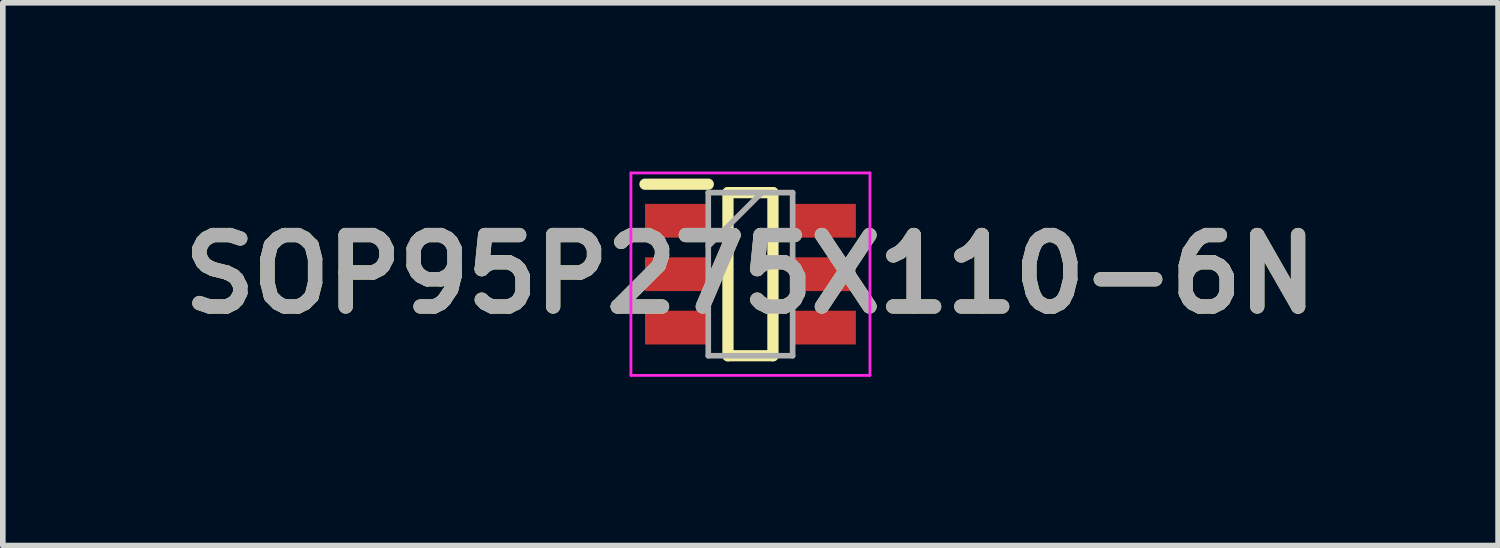
<source format=kicad_pcb>
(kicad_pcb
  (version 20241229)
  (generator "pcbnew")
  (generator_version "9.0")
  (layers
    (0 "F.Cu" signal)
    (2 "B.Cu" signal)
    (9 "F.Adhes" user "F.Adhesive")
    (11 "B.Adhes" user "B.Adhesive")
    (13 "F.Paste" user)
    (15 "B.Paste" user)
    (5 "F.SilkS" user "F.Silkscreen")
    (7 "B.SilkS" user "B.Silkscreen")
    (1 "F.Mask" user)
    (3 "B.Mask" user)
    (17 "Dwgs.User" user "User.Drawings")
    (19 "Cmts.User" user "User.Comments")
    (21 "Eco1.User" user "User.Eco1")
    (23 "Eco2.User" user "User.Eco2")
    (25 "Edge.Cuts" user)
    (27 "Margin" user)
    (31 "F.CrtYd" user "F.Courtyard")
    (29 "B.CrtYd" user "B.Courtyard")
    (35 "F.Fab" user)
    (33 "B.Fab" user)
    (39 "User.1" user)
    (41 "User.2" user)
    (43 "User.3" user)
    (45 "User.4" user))
  (footprint "SOP95P275X110-6N"
    (layer "F.Cu")
    (at 10.293 1.825)
    (property "Reference" "SOP95P275X110-6N" (at 0 0 0) (layer "F.SilkS") (effects (font (size 1.27 1.27) (thickness 0.254))))
    (attr smd)
    (fp_line (start -1.875 -1.6) (end -0.75 -1.6) (stroke (width 0.2) (type solid)) (layer "F.SilkS"))
    (fp_line (start -0.4 -1.45) (end 0.4 -1.45) (stroke (width 0.2) (type solid)) (layer "F.SilkS"))
    (fp_line (start -0.4 1.45) (end -0.4 -1.45) (stroke (width 0.2) (type solid)) (layer "F.SilkS"))
    (fp_line (start 0.4 -1.45) (end 0.4 1.45) (stroke (width 0.2) (type solid)) (layer "F.SilkS"))
    (fp_line (start 0.4 1.45) (end -0.4 1.45) (stroke (width 0.2) (type solid)) (layer "F.SilkS"))
    (fp_line (start -2.125 -1.8) (end 2.125 -1.8) (stroke (width 0.05) (type solid)) (layer "F.CrtYd"))
    (fp_line (start -2.125 1.8) (end -2.125 -1.8) (stroke (width 0.05) (type solid)) (layer "F.CrtYd"))
    (fp_line (start 2.125 -1.8) (end 2.125 1.8) (stroke (width 0.05) (type solid)) (layer "F.CrtYd"))
    (fp_line (start 2.125 1.8) (end -2.125 1.8) (stroke (width 0.05) (type solid)) (layer "F.CrtYd"))
    (fp_line (start -0.75 -1.45) (end 0.75 -1.45) (stroke (width 0.1) (type solid)) (layer "F.Fab"))
    (fp_line (start -0.75 -0.5) (end 0.2 -1.45) (stroke (width 0.1) (type solid)) (layer "F.Fab"))
    (fp_line (start -0.75 1.45) (end -0.75 -1.45) (stroke (width 0.1) (type solid)) (layer "F.Fab"))
    (fp_line (start 0.75 -1.45) (end 0.75 1.45) (stroke (width 0.1) (type solid)) (layer "F.Fab"))
    (fp_line (start 0.75 1.45) (end -0.75 1.45) (stroke (width 0.1) (type solid)) (layer "F.Fab"))
    (fp_text user "${REFERENCE}" (at 0 0 0) (layer "F.Fab") (effects (font (size 1.27 1.27) (thickness 0.254))))
    (pad "1" smd rect (at -1.312 -0.95 90) (size 0.6 1.125) (layers "F.Cu" "F.Mask" "F.Paste"))
    (pad "2" smd rect (at -1.312 0 90) (size 0.6 1.125) (layers "F.Cu" "F.Mask" "F.Paste"))
    (pad "3" smd rect (at -1.312 0.95 90) (size 0.6 1.125) (layers "F.Cu" "F.Mask" "F.Paste"))
    (pad "4" smd rect (at 1.312 0.95 90) (size 0.6 1.125) (layers "F.Cu" "F.Mask" "F.Paste"))
    (pad "5" smd rect (at 1.312 0 90) (size 0.6 1.125) (layers "F.Cu" "F.Mask" "F.Paste"))
    (pad "6" smd rect (at 1.312 -0.95 90) (size 0.6 1.125) (layers "F.Cu" "F.Mask" "F.Paste")))
  (gr_rect
    (start -3 -3)
    (end 23.586 6.65)
    (stroke (width 0.1) (type default))
    (fill no)
    (layer "Edge.Cuts")))
</source>
